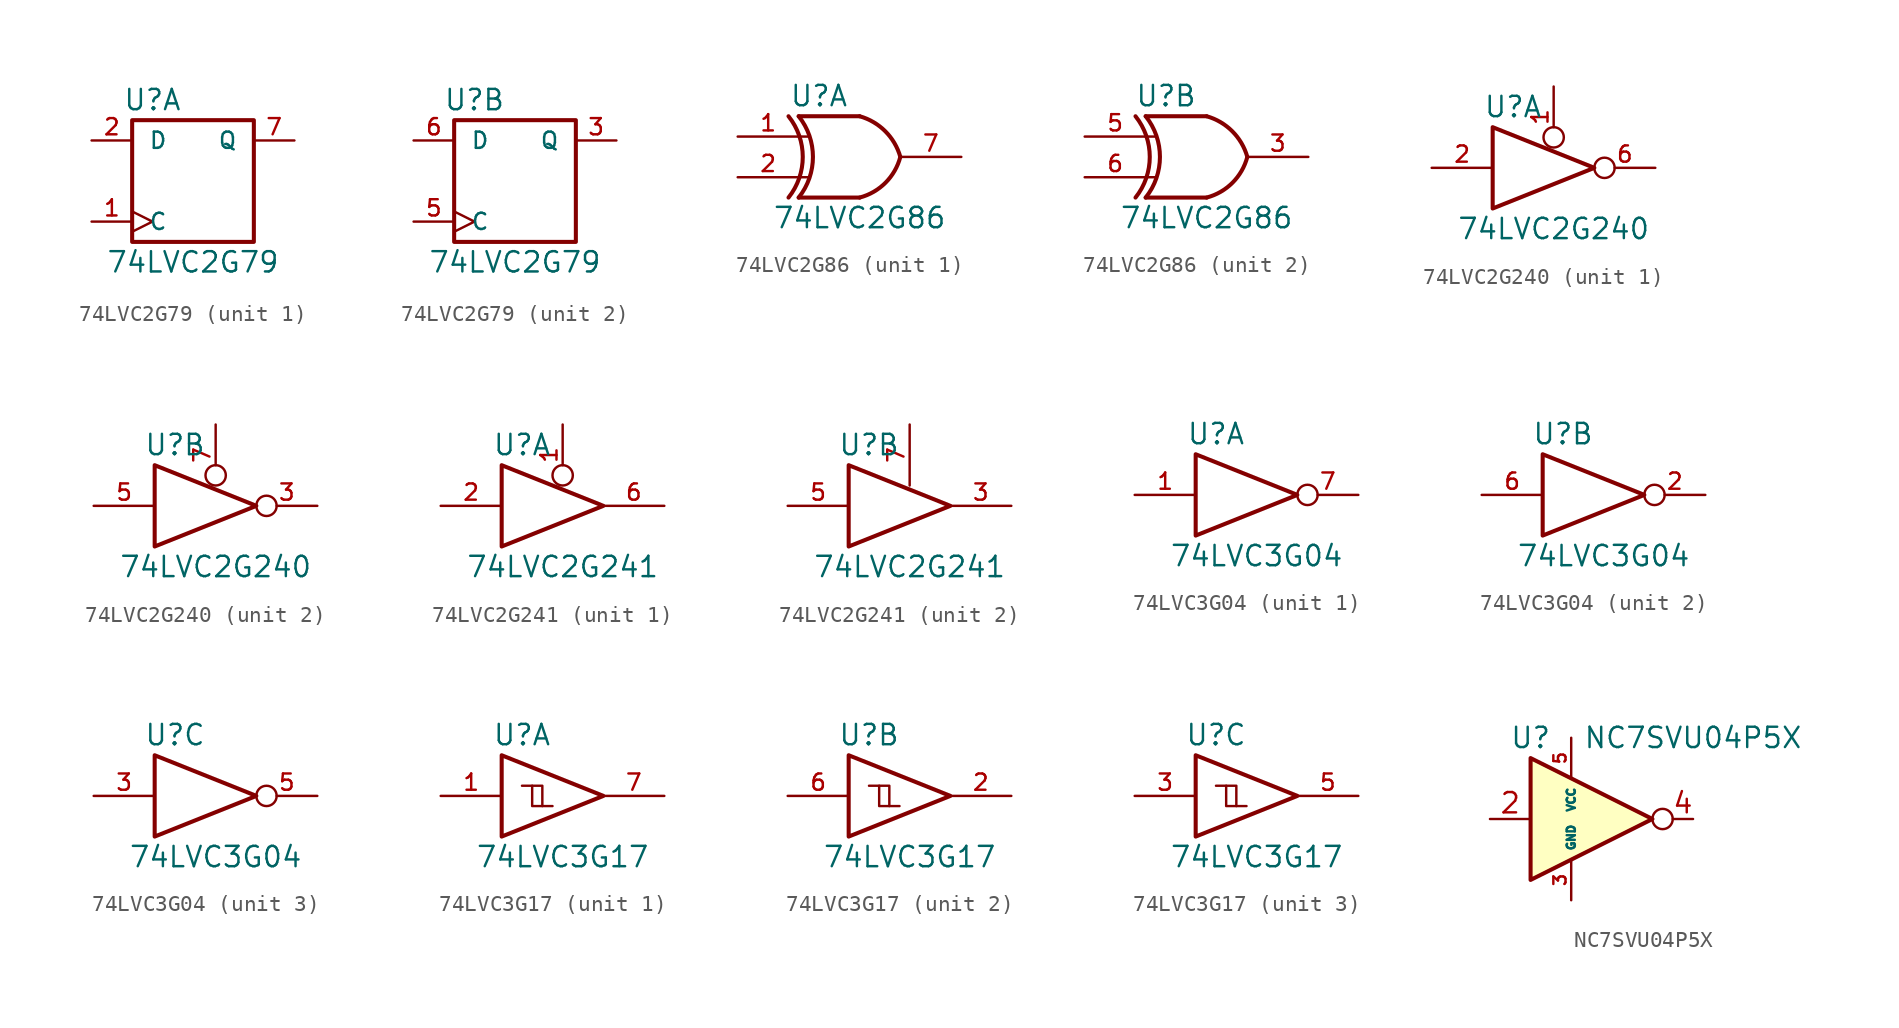
<source format=kicad_sym>
(kicad_symbol_lib
  (version 20201005)
  (generator kicad_symbol_editor)
  (symbol "74LVC2G79"
    (pin_names
      (offset 1.016))
    (property "Reference" "U"
      (at -2.54 5.08 0)
      (effects (font (size 1.27 1.27))))
    (property "Value" "74LVC2G79"
      (at 0 -5.08 0)
      (effects (font (size 1.27 1.27))))
    (symbol "74LVC2G79_0_1"
      (rectangle (start -3.81 3.81) (end 3.81 -3.81) (stroke (width 0.254)) (fill (type none)))
      (pin power_in line (at 0 -3.81 270) (length 0) hide (name "GND" (effects (font (size 1.016 1.016)))) (number "4" (effects (font (size 1.016 1.016)))))
      (pin power_in line (at 0 3.81 90) (length 0) hide (name "VCC" (effects (font (size 1.016 1.016)))) (number "8" (effects (font (size 1.016 1.016))))))
    (symbol "74LVC2G79_1_1"
      (pin input clock (at -6.35 -2.54 0) (length 2.54) (name "C" (effects (font (size 1.016 1.016)))) (number "1" (effects (font (size 1.016 1.016)))))
      (pin input line (at -6.35 2.54 0) (length 2.54) (name "D" (effects (font (size 1.016 1.016)))) (number "2" (effects (font (size 1.016 1.016)))))
      (pin output line (at 6.35 2.54 180) (length 2.54) (name "Q" (effects (font (size 1.016 1.016)))) (number "7" (effects (font (size 1.016 1.016))))))
    (symbol "74LVC2G79_2_1"
      (pin output line (at 6.35 2.54 180) (length 2.54) (name "Q" (effects (font (size 1.016 1.016)))) (number "3" (effects (font (size 1.016 1.016)))))
      (pin input clock (at -6.35 -2.54 0) (length 2.54) (name "C" (effects (font (size 1.016 1.016)))) (number "5" (effects (font (size 1.016 1.016)))))
      (pin input line (at -6.35 2.54 0) (length 2.54) (name "D" (effects (font (size 1.016 1.016)))) (number "6" (effects (font (size 1.016 1.016)))))))
  (symbol "74LVC2G86"
    (pin_names
      (offset 1.016))
    (property "Reference" "U"
      (at -2.54 3.81 0)
      (effects (font (size 1.27 1.27))))
    (property "Value" "74LVC2G86"
      (at 0 -3.81 0)
      (effects (font (size 1.27 1.27))))
    (symbol "74LVC2G86_0_1"
      (arc (start -4.445 2.54) (end -4.445 -2.54) (radius (at -7.62 0) (length 4.064) (angles 38.6 -38.6)) (stroke (width 0.254)) (fill (type none)))
      (arc (start -3.81 2.54) (end -3.81 -2.54) (radius (at -6.985 0) (length 4.064) (angles 38.6 -38.6)) (stroke (width 0.254)) (fill (type none)))
      (arc (start 0 2.54) (end 2.54 0) (radius (at -0.9652 -0.9398) (length 3.6068) (angles 74.4 15)) (stroke (width 0.254)) (fill (type none)))
      (arc (start 0 -2.54) (end 2.54 0) (radius (at -0.9652 0.9398) (length 3.6068) (angles -74.4 -15)) (stroke (width 0.254)) (fill (type none)))
      (polyline (pts (xy -3.81 -1.27) (xy -3.175 -1.27)) (stroke (width 0)) (fill (type none)))
      (polyline (pts (xy -3.81 1.27) (xy -3.175 1.27)) (stroke (width 0)) (fill (type none)))
      (polyline (pts (xy 0 -2.54) (xy -3.81 -2.54)) (stroke (width 0.254)) (fill (type background)))
      (polyline (pts (xy 0 2.54) (xy -3.81 2.54)) (stroke (width 0.254)) (fill (type background)))
      (pin power_in line (at 0 -2.54 270) (length 0) hide (name "GND" (effects (font (size 1.016 1.016)))) (number "4" (effects (font (size 1.016 1.016)))))
      (pin power_in line (at 0 2.54 90) (length 0) hide (name "VCC" (effects (font (size 1.016 1.016)))) (number "8" (effects (font (size 1.016 1.016))))))
    (symbol "74LVC2G86_1_1"
      (pin input line (at -7.62 1.27 0) (length 3.81) (name "~" (effects (font (size 1.016 1.016)))) (number "1" (effects (font (size 1.016 1.016)))))
      (pin input line (at -7.62 -1.27 0) (length 3.81) (name "~" (effects (font (size 1.016 1.016)))) (number "2" (effects (font (size 1.016 1.016)))))
      (pin output line (at 6.35 0 180) (length 3.81) (name "~" (effects (font (size 1.016 1.016)))) (number "7" (effects (font (size 1.016 1.016))))))
    (symbol "74LVC2G86_2_1"
      (pin output line (at 6.35 0 180) (length 3.81) (name "~" (effects (font (size 1.016 1.016)))) (number "3" (effects (font (size 1.016 1.016)))))
      (pin input line (at -7.62 1.27 0) (length 3.81) (name "~" (effects (font (size 1.016 1.016)))) (number "5" (effects (font (size 1.016 1.016)))))
      (pin input line (at -7.62 -1.27 0) (length 3.81) (name "~" (effects (font (size 1.016 1.016)))) (number "6" (effects (font (size 1.016 1.016)))))))
  (symbol "74LVC2G240"
    (pin_names
      (offset 1.016))
    (property "Reference" "U"
      (at -2.54 3.81 0)
      (effects (font (size 1.27 1.27))))
    (property "Value" "74LVC2G240"
      (at 0 -3.81 0)
      (effects (font (size 1.27 1.27))))
    (symbol "74LVC2G240_0_1"
      (polyline (pts (xy -3.81 2.54) (xy -3.81 -2.54) (xy 2.54 0) (xy -3.81 2.54)) (stroke (width 0.254)) (fill (type none)))
      (pin power_in line (at 1.27 -1.27 270) (length 0) hide (name "GND" (effects (font (size 1.016 1.016)))) (number "4" (effects (font (size 1.016 1.016)))))
      (pin power_in line (at 1.27 1.27 90) (length 0) hide (name "VCC" (effects (font (size 1.016 1.016)))) (number "8" (effects (font (size 1.016 1.016))))))
    (symbol "74LVC2G240_1_1"
      (pin input inverted (at 0 5.08 270) (length 3.81) (name "~" (effects (font (size 1.016 1.016)))) (number "1" (effects (font (size 1.016 1.016)))))
      (pin input line (at -7.62 0 0) (length 3.81) (name "~" (effects (font (size 1.016 1.016)))) (number "2" (effects (font (size 1.016 1.016)))))
      (pin tri_state inverted (at 6.35 0 180) (length 3.81) (name "~" (effects (font (size 1.016 1.016)))) (number "6" (effects (font (size 1.016 1.016))))))
    (symbol "74LVC2G240_2_1"
      (pin tri_state inverted (at 6.35 0 180) (length 3.81) (name "~" (effects (font (size 1.016 1.016)))) (number "3" (effects (font (size 1.016 1.016)))))
      (pin input line (at -7.62 0 0) (length 3.81) (name "~" (effects (font (size 1.016 1.016)))) (number "5" (effects (font (size 1.016 1.016)))))
      (pin input inverted (at 0 5.08 270) (length 3.81) (name "~" (effects (font (size 1.016 1.016)))) (number "7" (effects (font (size 1.016 1.016)))))))
  (symbol "74LVC2G241"
    (pin_names
      (offset 1.016))
    (property "Reference" "U"
      (at -2.54 3.81 0)
      (effects (font (size 1.27 1.27))))
    (property "Value" "74LVC2G241"
      (at 0 -3.81 0)
      (effects (font (size 1.27 1.27))))
    (symbol "74LVC2G241_0_1"
      (polyline (pts (xy -3.81 2.54) (xy -3.81 -2.54) (xy 2.54 0) (xy -3.81 2.54)) (stroke (width 0.254)) (fill (type none)))
      (pin power_in line (at 1.27 -1.27 270) (length 0) hide (name "GND" (effects (font (size 1.016 1.016)))) (number "4" (effects (font (size 1.016 1.016)))))
      (pin power_in line (at 1.27 1.27 90) (length 0) hide (name "VCC" (effects (font (size 1.016 1.016)))) (number "8" (effects (font (size 1.016 1.016))))))
    (symbol "74LVC2G241_1_1"
      (pin input inverted (at 0 5.08 270) (length 3.81) (name "~" (effects (font (size 1.016 1.016)))) (number "1" (effects (font (size 1.016 1.016)))))
      (pin input line (at -7.62 0 0) (length 3.81) (name "~" (effects (font (size 1.016 1.016)))) (number "2" (effects (font (size 1.016 1.016)))))
      (pin tri_state line (at 6.35 0 180) (length 3.81) (name "~" (effects (font (size 1.016 1.016)))) (number "6" (effects (font (size 1.016 1.016))))))
    (symbol "74LVC2G241_2_1"
      (pin tri_state line (at 6.35 0 180) (length 3.81) (name "~" (effects (font (size 1.016 1.016)))) (number "3" (effects (font (size 1.016 1.016)))))
      (pin input line (at -7.62 0 0) (length 3.81) (name "~" (effects (font (size 1.016 1.016)))) (number "5" (effects (font (size 1.016 1.016)))))
      (pin input line (at 0 5.08 270) (length 3.81) (name "~" (effects (font (size 1.016 1.016)))) (number "7" (effects (font (size 1.016 1.016)))))))
  (symbol "74LVC3G04"
    (pin_names
      (offset 1.016))
    (property "Reference" "U"
      (at -2.54 3.81 0)
      (effects (font (size 1.27 1.27))))
    (property "Value" "74LVC3G04"
      (at 0 -3.81 0)
      (effects (font (size 1.27 1.27))))
    (symbol "74LVC3G04_0_1"
      (polyline (pts (xy -3.81 2.54) (xy -3.81 -2.54) (xy 2.54 0) (xy -3.81 2.54)) (stroke (width 0.254)) (fill (type none)))
      (pin power_in line (at 0 -2.54 270) (length 0) hide (name "GND" (effects (font (size 1.016 1.016)))) (number "4" (effects (font (size 1.016 1.016)))))
      (pin power_in line (at 0 2.54 90) (length 0) hide (name "VCC" (effects (font (size 1.016 1.016)))) (number "8" (effects (font (size 1.016 1.016))))))
    (symbol "74LVC3G04_1_1"
      (pin input line (at -7.62 0 0) (length 3.81) (name "~" (effects (font (size 1.016 1.016)))) (number "1" (effects (font (size 1.016 1.016)))))
      (pin output inverted (at 6.35 0 180) (length 3.81) (name "~" (effects (font (size 1.016 1.016)))) (number "7" (effects (font (size 1.016 1.016))))))
    (symbol "74LVC3G04_2_1"
      (pin output inverted (at 6.35 0 180) (length 3.81) (name "~" (effects (font (size 1.016 1.016)))) (number "2" (effects (font (size 1.016 1.016)))))
      (pin input line (at -7.62 0 0) (length 3.81) (name "~" (effects (font (size 1.016 1.016)))) (number "6" (effects (font (size 1.016 1.016))))))
    (symbol "74LVC3G04_3_1"
      (pin input line (at -7.62 0 0) (length 3.81) (name "~" (effects (font (size 1.016 1.016)))) (number "3" (effects (font (size 1.016 1.016)))))
      (pin output inverted (at 6.35 0 180) (length 3.81) (name "~" (effects (font (size 1.016 1.016)))) (number "5" (effects (font (size 1.016 1.016)))))))
  (symbol "74LVC3G17"
    (pin_names
      (offset 1.016))
    (property "Reference" "U"
      (at -2.54 3.81 0)
      (effects (font (size 1.27 1.27))))
    (property "Value" "74LVC3G17"
      (at 0 -3.81 0)
      (effects (font (size 1.27 1.27))))
    (symbol "74LVC3G17_0_1"
      (polyline (pts (xy -1.905 0.635) (xy -1.27 0.635) (xy -1.27 -0.635)) (stroke (width 0)) (fill (type none)))
      (polyline (pts (xy -3.81 2.54) (xy -3.81 -2.54) (xy 2.54 0) (xy -3.81 2.54)) (stroke (width 0.254)) (fill (type none)))
      (polyline (pts (xy -2.54 0.635) (xy -1.905 0.635) (xy -1.905 -0.635) (xy -0.635 -0.635)) (stroke (width 0)) (fill (type none)))
      (pin power_in line (at 0 -2.54 270) (length 0) hide (name "GND" (effects (font (size 1.016 1.016)))) (number "4" (effects (font (size 1.016 1.016)))))
      (pin power_in line (at 0 2.54 90) (length 0) hide (name "VCC" (effects (font (size 1.016 1.016)))) (number "8" (effects (font (size 1.016 1.016))))))
    (symbol "74LVC3G17_1_1"
      (pin input line (at -7.62 0 0) (length 3.81) (name "~" (effects (font (size 1.016 1.016)))) (number "1" (effects (font (size 1.016 1.016)))))
      (pin output line (at 6.35 0 180) (length 3.81) (name "~" (effects (font (size 1.016 1.016)))) (number "7" (effects (font (size 1.016 1.016))))))
    (symbol "74LVC3G17_2_1"
      (pin output line (at 6.35 0 180) (length 3.81) (name "~" (effects (font (size 1.016 1.016)))) (number "2" (effects (font (size 1.016 1.016)))))
      (pin input line (at -7.62 0 0) (length 3.81) (name "~" (effects (font (size 1.016 1.016)))) (number "6" (effects (font (size 1.016 1.016))))))
    (symbol "74LVC3G17_3_1"
      (pin input line (at -7.62 0 0) (length 3.81) (name "~" (effects (font (size 1.016 1.016)))) (number "3" (effects (font (size 1.016 1.016)))))
      (pin output line (at 6.35 0 180) (length 3.81) (name "~" (effects (font (size 1.016 1.016)))) (number "5" (effects (font (size 1.016 1.016)))))))
  (symbol "NC7SVU04P5X"
    (property "Reference" "U"
      (at -2.54 5.08 0)
      (effects (font (size 1.27 1.27))))
    (property "Value" "NC7SVU04P5X"
      (at 7.62 5.08 0)
      (effects (font (size 1.27 1.27))))
    (symbol "NC7SVU04P5X_0_1"
      (circle (center 5.715 0) (radius 0.635) (stroke (width 0)) (fill (type none)))
      (polyline (pts (xy -2.54 3.81) (xy -2.54 -3.81) (xy 5.08 0) (xy -2.54 3.81)) (stroke (width 0.254)) (fill (type background))))
    (symbol "NC7SVU04P5X_1_1"
      (pin no_connect line (at 5.08 0 180) (length 2.54) hide (name "NC" (effects (font (size 1.27 1.27)))) (number "1" (effects (font (size 1.27 1.27)))))
      (pin input line (at -5.08 0 0) (length 2.54) (name "~" (effects (font (size 1.27 1.27)))) (number "2" (effects (font (size 1.27 1.27)))))
      (pin power_in line (at 0 -5.08 90) (length 2.54) (name "GND" (effects (font (size 0.508 0.508)))) (number "3" (effects (font (size 0.762 0.762)))))
      (pin output line (at 7.62 0 180) (length 1.27) (name "~" (effects (font (size 1.27 1.27)))) (number "4" (effects (font (size 1.27 1.27)))))
      (pin power_in line (at 0 5.08 270) (length 2.54) (name "VCC" (effects (font (size 0.508 0.508)))) (number "5" (effects (font (size 0.762 0.762))))))))
</source>
